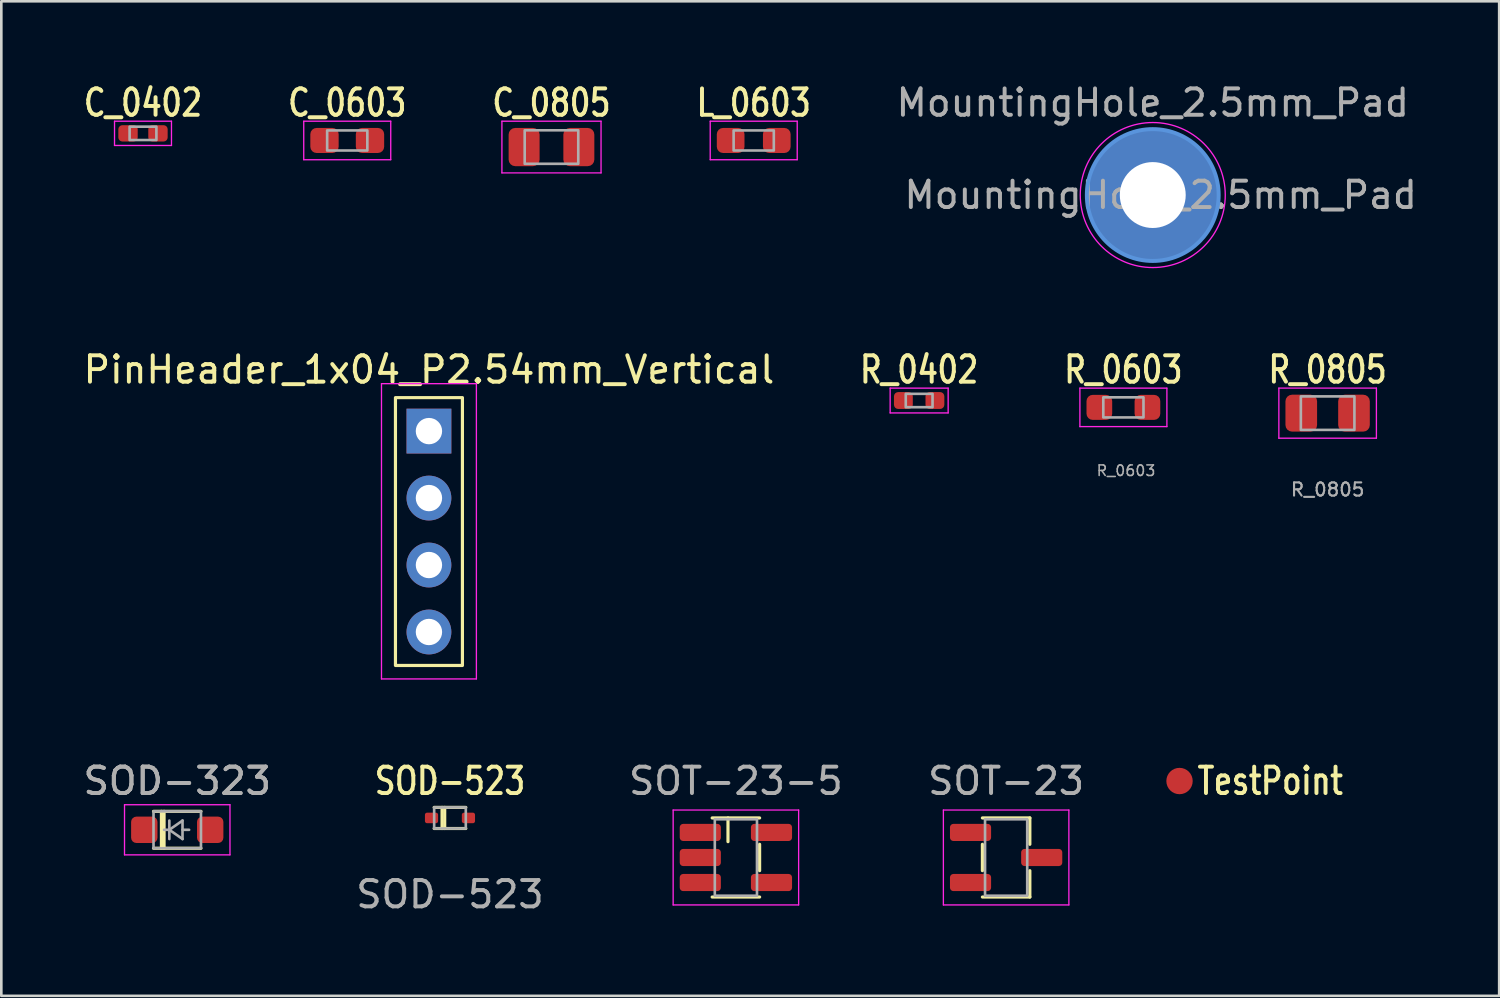
<source format=kicad_pcb>
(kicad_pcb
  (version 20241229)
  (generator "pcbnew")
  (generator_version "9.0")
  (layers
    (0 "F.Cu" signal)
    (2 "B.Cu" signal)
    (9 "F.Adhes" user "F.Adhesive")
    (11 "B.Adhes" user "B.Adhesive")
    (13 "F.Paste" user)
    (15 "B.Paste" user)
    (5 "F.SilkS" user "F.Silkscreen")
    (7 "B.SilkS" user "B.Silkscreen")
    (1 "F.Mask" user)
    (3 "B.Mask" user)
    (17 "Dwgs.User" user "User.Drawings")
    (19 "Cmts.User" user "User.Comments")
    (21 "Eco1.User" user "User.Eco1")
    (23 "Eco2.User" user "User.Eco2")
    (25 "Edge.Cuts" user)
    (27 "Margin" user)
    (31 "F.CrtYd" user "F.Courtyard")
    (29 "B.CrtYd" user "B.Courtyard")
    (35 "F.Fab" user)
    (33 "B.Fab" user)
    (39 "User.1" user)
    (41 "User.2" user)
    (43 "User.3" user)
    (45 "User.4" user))
  (footprint "C_0603"
    (layer "F.Cu")
    (at 10.121 2.278)
    (property "Reference" "C_0603" (at 0 -1.43 0) (layer "F.SilkS") (effects (font (size 1 0.8) (thickness 0.15))))
    (attr smd)
    (fp_line (start -1.65 -0.73) (end 1.65 -0.73) (stroke (width 0.05) (type solid)) (layer "F.CrtYd"))
    (fp_line (start -1.65 0.73) (end -1.65 -0.73) (stroke (width 0.05) (type solid)) (layer "F.CrtYd"))
    (fp_line (start 1.65 -0.73) (end 1.65 0.73) (stroke (width 0.05) (type solid)) (layer "F.CrtYd"))
    (fp_line (start 1.65 0.73) (end -1.65 0.73) (stroke (width 0.05) (type solid)) (layer "F.CrtYd"))
    (fp_rect (start -0.762 -0.381) (end 0.762 0.381) (stroke (width 0.1) (type default)) (fill no) (layer "F.Fab"))
    (pad "1" smd roundrect (at -0.863 0) (size 1.075 0.95) (layers "F.Cu" "F.Mask" "F.Paste") (roundrect_rratio 0.25))
    (pad "2" smd roundrect (at 0.863 0) (size 1.075 0.95) (layers "F.Cu" "F.Mask" "F.Paste") (roundrect_rratio 0.25)))
  (footprint "R_0603"
    (layer "F.Cu")
    (at 39.561 12.402)
    (property "Reference" "R_0603" (at 0 -1.43 0) (layer "F.SilkS") (effects (font (size 1 0.8) (thickness 0.15))))
    (attr smd)
    (fp_line (start -1.65 -0.73) (end 1.65 -0.73) (stroke (width 0.05) (type solid)) (layer "F.CrtYd"))
    (fp_line (start -1.65 0.73) (end -1.65 -0.73) (stroke (width 0.05) (type solid)) (layer "F.CrtYd"))
    (fp_line (start 1.65 -0.73) (end 1.65 0.73) (stroke (width 0.05) (type solid)) (layer "F.CrtYd"))
    (fp_line (start 1.65 0.73) (end -1.65 0.73) (stroke (width 0.05) (type solid)) (layer "F.CrtYd"))
    (fp_rect (start -0.762 -0.381) (end 0.762 0.381) (stroke (width 0.1) (type default)) (fill no) (layer "F.Fab"))
    (fp_text user "${REFERENCE}" (at 0.1 2.4 0) (layer "F.Fab") (effects (font (size 0.4 0.4) (thickness 0.06))))
    (pad "1" smd roundrect (at -0.912 0) (size 0.975 0.95) (layers "F.Cu" "F.Mask" "F.Paste") (roundrect_rratio 0.25))
    (pad "2" smd roundrect (at 0.912 0) (size 0.975 0.95) (layers "F.Cu" "F.Mask" "F.Paste") (roundrect_rratio 0.25)))
  (footprint "MountingHole_2.5mm_Pad"
    (layer "F.Cu")
    (at 40.675 4.348)
    (property "Reference" "MountingHole_2.5mm_Pad" (at 0 -3.5 0) (layer "F.Fab") (effects (font (size 1 1) (thickness 0.15))))
    (attr exclude_from_pos_files exclude_from_bom)
    (fp_circle (center 0 0) (end 2.5 0) (stroke (width 0.15) (type solid)) (fill no) (layer "Cmts.User"))
    (fp_circle (center 0 0) (end 2.75 0) (stroke (width 0.05) (type solid)) (fill no) (layer "F.CrtYd"))
    (fp_text user "${REFERENCE}" (at 0.3 0 0) (layer "F.Fab") (effects (font (size 1 1) (thickness 0.15))))
    (pad "1" thru_hole circle (at 0 0) (size 5 5) (drill 2.5) (layers "*.Cu" "*.Mask")))
  (footprint "PinHeader_1x04_P2.54mm_Vertical"
    (layer "F.Cu")
    (at 13.22 13.302)
    (property "Reference" "PinHeader_1x04_P2.54mm_Vertical" (at 0 -2.33 0) (layer "F.SilkS") (effects (font (size 1 1) (thickness 0.15))))
    (attr through_hole)
    (fp_rect (start -1.27 -1.27) (end 1.27 8.89) (stroke (width 0.12) (type default)) (fill no) (layer "F.SilkS"))
    (fp_line (start -1.8 -1.8) (end -1.8 9.4) (stroke (width 0.05) (type solid)) (layer "F.CrtYd"))
    (fp_line (start -1.8 9.4) (end 1.8 9.4) (stroke (width 0.05) (type solid)) (layer "F.CrtYd"))
    (fp_line (start 1.8 -1.8) (end -1.8 -1.8) (stroke (width 0.05) (type solid)) (layer "F.CrtYd"))
    (fp_line (start 1.8 9.4) (end 1.8 -1.8) (stroke (width 0.05) (type solid)) (layer "F.CrtYd"))
    (pad "1" thru_hole rect (at 0 0) (size 1.7 1.7) (drill 1) (layers "*.Cu" "*.Mask"))
    (pad "2" thru_hole oval (at 0 2.54) (size 1.7 1.7) (drill 1) (layers "*.Cu" "*.Mask"))
    (pad "3" thru_hole oval (at 0 5.08) (size 1.7 1.7) (drill 1) (layers "*.Cu" "*.Mask"))
    (pad "4" thru_hole oval (at 0 7.62) (size 1.7 1.7) (drill 1) (layers "*.Cu" "*.Mask")))
  (footprint "R_0402"
    (layer "F.Cu")
    (at 31.814 12.142)
    (property "Reference" "R_0402" (at 0 -1.17 0) (layer "F.SilkS") (effects (font (size 1 0.8) (thickness 0.15))))
    (attr smd)
    (fp_line (start -1.1 -0.47) (end 1.1 -0.47) (stroke (width 0.05) (type solid)) (layer "F.CrtYd"))
    (fp_line (start -1.1 0.47) (end -1.1 -0.47) (stroke (width 0.05) (type solid)) (layer "F.CrtYd"))
    (fp_line (start 1.1 -0.47) (end 1.1 0.47) (stroke (width 0.05) (type solid)) (layer "F.CrtYd"))
    (fp_line (start 1.1 0.47) (end -1.1 0.47) (stroke (width 0.05) (type solid)) (layer "F.CrtYd"))
    (fp_rect (start -0.508 -0.254) (end 0.508 0.254) (stroke (width 0.1) (type default)) (fill no) (layer "F.Fab"))
    (pad "1" smd roundrect (at -0.598 0) (size 0.715 0.64) (layers "F.Cu" "F.Mask" "F.Paste") (roundrect_rratio 0.25))
    (pad "2" smd roundrect (at 0.598 0) (size 0.715 0.64) (layers "F.Cu" "F.Mask" "F.Paste") (roundrect_rratio 0.25)))
  (footprint "SOT-23-5"
    (layer "F.Cu")
    (at 24.863 29.475)
    (property "Reference" "SOT-23-5" (at 0 -2.9 0) (layer "F.Fab") (effects (font (size 1 1) (thickness 0.15))))
    (attr smd)
    (fp_line (start -0.9 1.5) (end 0.9 1.5) (stroke (width 0.12) (type solid)) (layer "F.SilkS"))
    (fp_line (start -0.3 -1.5) (end -0.3 -0.6) (stroke (width 0.12) (type solid)) (layer "F.SilkS"))
    (fp_line (start 0.9 -1.5) (end -0.9 -1.5) (stroke (width 0.12) (type solid)) (layer "F.SilkS"))
    (fp_line (start 0.9 -0.5) (end 0.9 0.5) (stroke (width 0.12) (type solid)) (layer "F.SilkS"))
    (fp_line (start -2.38 -1.8) (end -2.38 1.8) (stroke (width 0.05) (type solid)) (layer "F.CrtYd"))
    (fp_line (start -2.38 -1.8) (end 2.38 -1.8) (stroke (width 0.05) (type solid)) (layer "F.CrtYd"))
    (fp_line (start 2.38 1.8) (end -2.38 1.8) (stroke (width 0.05) (type solid)) (layer "F.CrtYd"))
    (fp_line (start 2.38 1.8) (end 2.38 -1.8) (stroke (width 0.05) (type solid)) (layer "F.CrtYd"))
    (fp_rect (start -0.8 -1.45) (end 0.8 1.45) (stroke (width 0.1) (type default)) (fill no) (layer "F.Fab"))
    (pad "1" smd roundrect (at -1.35 -0.95) (size 1.56 0.65) (layers "F.Cu" "F.Mask" "F.Paste") (roundrect_rratio 0.2))
    (pad "2" smd roundrect (at -1.35 0) (size 1.56 0.65) (layers "F.Cu" "F.Mask" "F.Paste") (roundrect_rratio 0.2))
    (pad "3" smd roundrect (at -1.35 0.95) (size 1.56 0.65) (layers "F.Cu" "F.Mask" "F.Paste") (roundrect_rratio 0.2))
    (pad "4" smd roundrect (at 1.35 0.95) (size 1.56 0.65) (layers "F.Cu" "F.Mask" "F.Paste") (roundrect_rratio 0.2))
    (pad "5" smd roundrect (at 1.35 -0.95) (size 1.56 0.65) (layers "F.Cu" "F.Mask" "F.Paste") (roundrect_rratio 0.2)))
  (footprint "C_0805"
    (layer "F.Cu")
    (at 17.868 2.528)
    (property "Reference" "C_0805" (at 0 -1.68 0) (layer "F.SilkS") (effects (font (size 1 0.8) (thickness 0.15))))
    (attr smd)
    (fp_line (start -1.88 -0.98) (end 1.88 -0.98) (stroke (width 0.05) (type solid)) (layer "F.CrtYd"))
    (fp_line (start -1.88 0.98) (end -1.88 -0.98) (stroke (width 0.05) (type solid)) (layer "F.CrtYd"))
    (fp_line (start 1.88 -0.98) (end 1.88 0.98) (stroke (width 0.05) (type solid)) (layer "F.CrtYd"))
    (fp_line (start 1.88 0.98) (end -1.88 0.98) (stroke (width 0.05) (type solid)) (layer "F.CrtYd"))
    (fp_rect (start -1.016 -0.635) (end 1.016 0.635) (stroke (width 0.1) (type default)) (fill no) (layer "F.Fab"))
    (pad "1" smd roundrect (at -1.038 0) (size 1.175 1.45) (layers "F.Cu" "F.Mask" "F.Paste") (roundrect_rratio 0.213))
    (pad "2" smd roundrect (at 1.038 0) (size 1.175 1.45) (layers "F.Cu" "F.Mask" "F.Paste") (roundrect_rratio 0.213)))
  (footprint "R_0805"
    (layer "F.Cu")
    (at 47.308 12.621)
    (property "Reference" "R_0805" (at 0 -1.65 0) (layer "F.SilkS") (effects (font (size 1 0.8) (thickness 0.15))))
    (attr smd)
    (fp_line (start -1.85 -0.95) (end 1.85 -0.95) (stroke (width 0.05) (type solid)) (layer "F.CrtYd"))
    (fp_line (start -1.85 0.95) (end -1.85 -0.95) (stroke (width 0.05) (type solid)) (layer "F.CrtYd"))
    (fp_line (start 1.85 -0.95) (end 1.85 0.95) (stroke (width 0.05) (type solid)) (layer "F.CrtYd"))
    (fp_line (start 1.85 0.95) (end -1.85 0.95) (stroke (width 0.05) (type solid)) (layer "F.CrtYd"))
    (fp_rect (start -1.016 -0.635) (end 1.016 0.635) (stroke (width 0.1) (type default)) (fill no) (layer "F.Fab"))
    (fp_text user "${REFERENCE}" (at 0 2.9 0) (layer "F.Fab") (effects (font (size 0.5 0.5) (thickness 0.08))))
    (pad "1" smd roundrect (at -1 0) (size 1.2 1.4) (layers "F.Cu" "F.Mask" "F.Paste") (roundrect_rratio 0.208))
    (pad "2" smd roundrect (at 1 0) (size 1.2 1.4) (layers "F.Cu" "F.Mask" "F.Paste") (roundrect_rratio 0.208)))
  (footprint "C_0402"
    (layer "F.Cu")
    (at 2.374 2.008)
    (property "Reference" "C_0402" (at 0 -1.16 0) (layer "F.SilkS") (effects (font (size 1 0.8) (thickness 0.15))))
    (attr smd)
    (fp_line (start -1.08 -0.46) (end 1.08 -0.46) (stroke (width 0.05) (type solid)) (layer "F.CrtYd"))
    (fp_line (start -1.08 0.46) (end -1.08 -0.46) (stroke (width 0.05) (type solid)) (layer "F.CrtYd"))
    (fp_line (start 1.08 -0.46) (end 1.08 0.46) (stroke (width 0.05) (type solid)) (layer "F.CrtYd"))
    (fp_line (start 1.08 0.46) (end -1.08 0.46) (stroke (width 0.05) (type solid)) (layer "F.CrtYd"))
    (fp_rect (start -0.508 -0.254) (end 0.508 0.254) (stroke (width 0.1) (type default)) (fill no) (layer "F.Fab"))
    (pad "1" smd roundrect (at -0.568 0) (size 0.735 0.62) (layers "F.Cu" "F.Mask" "F.Paste") (roundrect_rratio 0.25))
    (pad "2" smd roundrect (at 0.568 0) (size 0.735 0.62) (layers "F.Cu" "F.Mask" "F.Paste") (roundrect_rratio 0.25)))
  (footprint "L_0603"
    (layer "F.Cu")
    (at 25.539 2.278)
    (property "Reference" "L_0603" (at 0 -1.43 0) (layer "F.SilkS") (effects (font (size 1 0.8) (thickness 0.15))))
    (attr smd)
    (fp_line (start -1.65 -0.73) (end 1.65 -0.73) (stroke (width 0.05) (type solid)) (layer "F.CrtYd"))
    (fp_line (start -1.65 0.73) (end -1.65 -0.73) (stroke (width 0.05) (type solid)) (layer "F.CrtYd"))
    (fp_line (start 1.65 -0.73) (end 1.65 0.73) (stroke (width 0.05) (type solid)) (layer "F.CrtYd"))
    (fp_line (start 1.65 0.73) (end -1.65 0.73) (stroke (width 0.05) (type solid)) (layer "F.CrtYd"))
    (fp_rect (start -0.762 -0.381) (end 0.762 0.381) (stroke (width 0.1) (type default)) (fill no) (layer "F.Fab"))
    (pad "1" smd roundrect (at -0.875 0) (size 1.05 0.95) (layers "F.Cu" "F.Mask" "F.Paste") (roundrect_rratio 0.25))
    (pad "2" smd roundrect (at 0.875 0) (size 1.05 0.95) (layers "F.Cu" "F.Mask" "F.Paste") (roundrect_rratio 0.25)))
  (footprint "SOT-23"
    (layer "F.Cu")
    (at 35.113 29.475)
    (property "Reference" "SOT-23" (at 0 -2.9 0) (layer "F.Fab") (effects (font (size 1 1) (thickness 0.15))))
    (attr smd)
    (fp_line (start -0.9 0.5) (end -0.9 -0.5) (stroke (width 0.12) (type solid)) (layer "F.SilkS"))
    (fp_line (start -0.9 1.5) (end 0.9 1.5) (stroke (width 0.12) (type solid)) (layer "F.SilkS"))
    (fp_line (start 0.9 -1.5) (end -0.9 -1.5) (stroke (width 0.12) (type solid)) (layer "F.SilkS"))
    (fp_line (start 0.9 -0.5) (end 0.9 -1.5) (stroke (width 0.12) (type solid)) (layer "F.SilkS"))
    (fp_line (start 0.9 1.5) (end 0.9 0.5) (stroke (width 0.12) (type solid)) (layer "F.SilkS"))
    (fp_line (start -2.38 -1.8) (end -2.38 1.8) (stroke (width 0.05) (type solid)) (layer "F.CrtYd"))
    (fp_line (start -2.38 -1.8) (end 2.38 -1.8) (stroke (width 0.05) (type solid)) (layer "F.CrtYd"))
    (fp_line (start 2.38 1.8) (end -2.38 1.8) (stroke (width 0.05) (type solid)) (layer "F.CrtYd"))
    (fp_line (start 2.38 1.8) (end 2.38 -1.8) (stroke (width 0.05) (type solid)) (layer "F.CrtYd"))
    (fp_rect (start 0.8 1.45) (end -0.8 -1.45) (stroke (width 0.1) (type default)) (fill no) (layer "F.Fab"))
    (pad "1" smd roundrect (at -1.35 -0.95 180) (size 1.56 0.65) (layers "F.Cu" "F.Mask" "F.Paste") (roundrect_rratio 0.2))
    (pad "2" smd roundrect (at -1.35 0.95 180) (size 1.56 0.65) (layers "F.Cu" "F.Mask" "F.Paste") (roundrect_rratio 0.2))
    (pad "3" smd roundrect (at 1.35 0 180) (size 1.56 0.65) (layers "F.Cu" "F.Mask" "F.Paste") (roundrect_rratio 0.2)))
  (footprint "TestPoint"
    (layer "F.Cu")
    (at 41.69 26.575)
    (property "Reference" "TestPoint" (at 0.6 0 0) (unlocked yes) (layer "F.SilkS") (effects (font (size 1 0.8) (thickness 0.15)) (justify left)))
    (attr smd)
    (pad "1" smd circle (at 0 0) (size 1 1) (layers "F.Cu" "F.Mask")))
  (footprint "SOD-523"
    (layer "F.Cu")
    (at 14.018 27.975)
    (property "Reference" "SOD-523" (at 0 -1.4 0) (unlocked yes) (layer "F.SilkS") (effects (font (size 1 0.8) (thickness 0.15))))
    (attr smd)
    (fp_line (start -0.6 -0.4) (end 0.6 -0.4) (stroke (width 0.12) (type default)) (layer "F.SilkS"))
    (fp_line (start -0.3 -0.4) (end -0.3 0.4) (stroke (width 0.12) (type default)) (layer "F.SilkS"))
    (fp_line (start -0.2 -0.4) (end -0.2 0.4) (stroke (width 0.12) (type default)) (layer "F.SilkS"))
    (fp_line (start 0.6 0.4) (end -0.6 0.4) (stroke (width 0.12) (type default)) (layer "F.SilkS"))
    (fp_rect (start -0.6 -0.4) (end 0.6 0.4) (stroke (width 0.1) (type default)) (fill no) (layer "F.Fab"))
    (fp_text user "${REFERENCE}" (at 0 2.9 0) (unlocked yes) (layer "F.Fab") (effects (font (size 1 1) (thickness 0.15))))
    (pad "1" smd roundrect (at -0.7 0) (size 0.5 0.4) (layers "F.Cu" "F.Mask" "F.Paste") (roundrect_rratio 0.2))
    (pad "2" smd roundrect (at 0.7 0) (size 0.5 0.4) (layers "F.Cu" "F.Mask" "F.Paste") (roundrect_rratio 0.2)))
  (footprint "SOD-323"
    (layer "F.Cu")
    (at 3.673 28.425)
    (property "Reference" "SOD-323" (at 0 -1.85 0) (layer "F.Fab") (effects (font (size 1 1) (thickness 0.15))))
    (attr smd)
    (fp_line (start -0.9 -0.7) (end 0.9 -0.7) (stroke (width 0.12) (type solid)) (layer "F.SilkS"))
    (fp_line (start -0.9 0.7) (end 0.9 0.7) (stroke (width 0.12) (type solid)) (layer "F.SilkS"))
    (fp_line (start -0.6 -0.7) (end -0.6 0.7) (stroke (width 0.12) (type solid)) (layer "F.SilkS"))
    (fp_line (start -0.5 -0.7) (end -0.5 0.7) (stroke (width 0.12) (type solid)) (layer "F.SilkS"))
    (fp_line (start -2 -0.95) (end -2 0.95) (stroke (width 0.05) (type solid)) (layer "F.CrtYd"))
    (fp_line (start -2 -0.95) (end 2 -0.95) (stroke (width 0.05) (type solid)) (layer "F.CrtYd"))
    (fp_line (start -2 0.95) (end 2 0.95) (stroke (width 0.05) (type solid)) (layer "F.CrtYd"))
    (fp_line (start 2 -0.95) (end 2 0.95) (stroke (width 0.05) (type solid)) (layer "F.CrtYd"))
    (fp_line (start -0.3 -0.35) (end -0.3 0.35) (stroke (width 0.1) (type solid)) (layer "F.Fab"))
    (fp_line (start -0.3 0) (end -0.5 0) (stroke (width 0.1) (type solid)) (layer "F.Fab"))
    (fp_line (start -0.3 0) (end 0.2 -0.35) (stroke (width 0.1) (type solid)) (layer "F.Fab"))
    (fp_line (start 0.2 -0.35) (end 0.2 0.35) (stroke (width 0.1) (type solid)) (layer "F.Fab"))
    (fp_line (start 0.2 0) (end 0.45 0) (stroke (width 0.1) (type solid)) (layer "F.Fab"))
    (fp_line (start 0.2 0.35) (end -0.3 0) (stroke (width 0.1) (type solid)) (layer "F.Fab"))
    (fp_rect (start -0.9 -0.7) (end 0.9 0.7) (stroke (width 0.1) (type default)) (fill no) (layer "F.Fab"))
    (fp_text user "${REFERENCE}" (at 0 -1.85 0) (layer "F.Fab") (effects (font (size 1 1) (thickness 0.15))))
    (pad "1" smd roundrect (at -1.25 0) (size 1 1) (layers "F.Cu" "F.Mask" "F.Paste") (roundrect_rratio 0.2))
    (pad "2" smd roundrect (at 1.25 0) (size 1 1) (layers "F.Cu" "F.Mask" "F.Paste") (roundrect_rratio 0.2)))
  (gr_rect
    (start -3 -3)
    (end 53.815 34.723)
    (stroke (width 0.1) (type default))
    (fill no)
    (layer "Edge.Cuts")))
</source>
